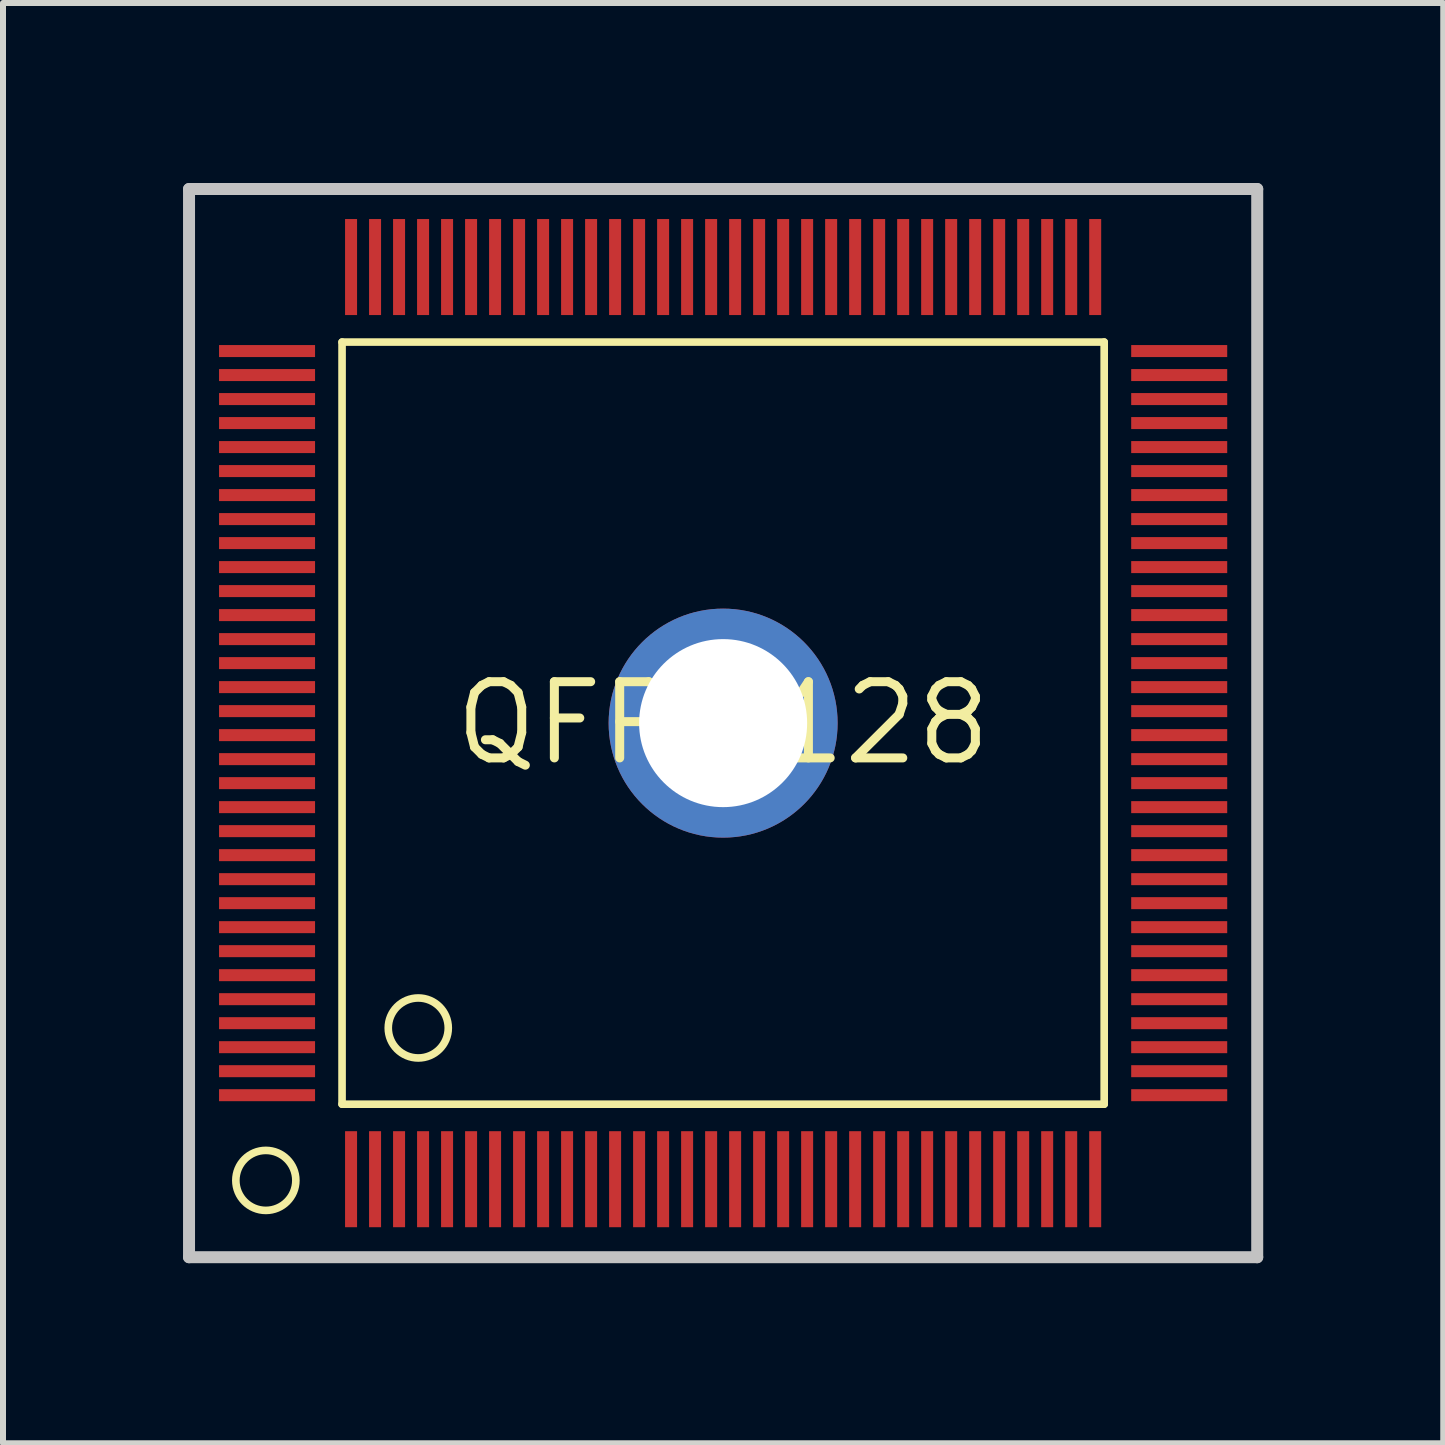
<source format=kicad_pcb>
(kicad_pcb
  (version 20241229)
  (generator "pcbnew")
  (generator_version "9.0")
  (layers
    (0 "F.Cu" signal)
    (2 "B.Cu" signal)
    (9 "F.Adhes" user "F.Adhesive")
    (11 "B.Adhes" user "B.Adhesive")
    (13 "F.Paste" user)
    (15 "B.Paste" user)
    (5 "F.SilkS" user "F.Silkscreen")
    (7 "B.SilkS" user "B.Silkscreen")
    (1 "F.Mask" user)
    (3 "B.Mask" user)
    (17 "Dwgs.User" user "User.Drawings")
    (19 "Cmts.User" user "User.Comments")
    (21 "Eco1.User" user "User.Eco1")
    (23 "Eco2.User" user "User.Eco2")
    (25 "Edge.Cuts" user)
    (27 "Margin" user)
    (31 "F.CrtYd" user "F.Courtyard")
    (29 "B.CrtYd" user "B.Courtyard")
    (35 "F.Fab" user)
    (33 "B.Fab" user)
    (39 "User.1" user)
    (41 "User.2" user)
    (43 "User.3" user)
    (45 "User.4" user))
  (footprint "QFP-128"
    (layer "F.Cu")
    (at 9 9)
    (property "Reference" "QFP-128" (at 0 0 0) (layer "F.SilkS") (effects (font (size 1.27 1.27) (thickness 0.15))))
    (attr through_hole)
    (fp_line (start -6.35 -6.35) (end -6.35 6.35) (stroke (width 0.127) (type solid)) (layer "F.SilkS"))
    (fp_line (start -6.35 6.35) (end 6.35 6.35) (stroke (width 0.127) (type solid)) (layer "F.SilkS"))
    (fp_line (start 6.35 -6.35) (end -6.35 -6.35) (stroke (width 0.127) (type solid)) (layer "F.SilkS"))
    (fp_line (start 6.35 6.35) (end 6.35 -6.35) (stroke (width 0.127) (type solid)) (layer "F.SilkS"))
    (fp_circle (center -7.62 7.62) (end -7.12 7.62) (stroke (width 0.127) (type solid)) (fill no) (layer "F.SilkS"))
    (fp_circle (center -5.08 5.08) (end -4.58 5.08) (stroke (width 0.127) (type solid)) (fill no) (layer "F.SilkS"))
    (fp_line (start -8.9 -8.9) (end 8.9 -8.9) (stroke (width 0.2) (type solid)) (layer "Dwgs.User"))
    (fp_line (start -8.9 8.9) (end -8.9 -8.9) (stroke (width 0.2) (type solid)) (layer "Dwgs.User"))
    (fp_line (start 8.9 -8.9) (end 8.9 8.9) (stroke (width 0.2) (type solid)) (layer "Dwgs.User"))
    (fp_line (start 8.9 8.9) (end -8.9 8.9) (stroke (width 0.2) (type solid)) (layer "Dwgs.User"))
    (pad "1" smd rect (at -6.2 7.6) (size 0.2 1.6) (layers "F.Cu" "F.Mask" "F.Paste"))
    (pad "2" smd rect (at -5.8 7.6) (size 0.2 1.6) (layers "F.Cu" "F.Mask" "F.Paste"))
    (pad "3" smd rect (at -5.4 7.6) (size 0.2 1.6) (layers "F.Cu" "F.Mask" "F.Paste"))
    (pad "4" smd rect (at -5 7.6) (size 0.2 1.6) (layers "F.Cu" "F.Mask" "F.Paste"))
    (pad "5" smd rect (at -4.6 7.6) (size 0.2 1.6) (layers "F.Cu" "F.Mask" "F.Paste"))
    (pad "6" smd rect (at -4.2 7.6) (size 0.2 1.6) (layers "F.Cu" "F.Mask" "F.Paste"))
    (pad "7" smd rect (at -3.8 7.6) (size 0.2 1.6) (layers "F.Cu" "F.Mask" "F.Paste"))
    (pad "8" smd rect (at -3.4 7.6) (size 0.2 1.6) (layers "F.Cu" "F.Mask" "F.Paste"))
    (pad "9" smd rect (at -3 7.6) (size 0.2 1.6) (layers "F.Cu" "F.Mask" "F.Paste"))
    (pad "10" smd rect (at -2.6 7.6) (size 0.2 1.6) (layers "F.Cu" "F.Mask" "F.Paste"))
    (pad "11" smd rect (at -2.2 7.6) (size 0.2 1.6) (layers "F.Cu" "F.Mask" "F.Paste"))
    (pad "12" smd rect (at -1.8 7.6) (size 0.2 1.6) (layers "F.Cu" "F.Mask" "F.Paste"))
    (pad "13" smd rect (at -1.4 7.6) (size 0.2 1.6) (layers "F.Cu" "F.Mask" "F.Paste"))
    (pad "14" smd rect (at -1 7.6) (size 0.2 1.6) (layers "F.Cu" "F.Mask" "F.Paste"))
    (pad "15" smd rect (at -0.6 7.6) (size 0.2 1.6) (layers "F.Cu" "F.Mask" "F.Paste"))
    (pad "16" smd rect (at -0.2 7.6) (size 0.2 1.6) (layers "F.Cu" "F.Mask" "F.Paste"))
    (pad "17" smd rect (at 0.2 7.6) (size 0.2 1.6) (layers "F.Cu" "F.Mask" "F.Paste"))
    (pad "18" smd rect (at 0.6 7.6) (size 0.2 1.6) (layers "F.Cu" "F.Mask" "F.Paste"))
    (pad "19" smd rect (at 1 7.6) (size 0.2 1.6) (layers "F.Cu" "F.Mask" "F.Paste"))
    (pad "20" smd rect (at 1.4 7.6) (size 0.2 1.6) (layers "F.Cu" "F.Mask" "F.Paste"))
    (pad "21" smd rect (at 1.8 7.6) (size 0.2 1.6) (layers "F.Cu" "F.Mask" "F.Paste"))
    (pad "22" smd rect (at 2.2 7.6) (size 0.2 1.6) (layers "F.Cu" "F.Mask" "F.Paste"))
    (pad "23" smd rect (at 2.6 7.6) (size 0.2 1.6) (layers "F.Cu" "F.Mask" "F.Paste"))
    (pad "24" smd rect (at 3 7.6) (size 0.2 1.6) (layers "F.Cu" "F.Mask" "F.Paste"))
    (pad "25" smd rect (at 3.4 7.6) (size 0.2 1.6) (layers "F.Cu" "F.Mask" "F.Paste"))
    (pad "26" smd rect (at 3.8 7.6) (size 0.2 1.6) (layers "F.Cu" "F.Mask" "F.Paste"))
    (pad "27" smd rect (at 4.2 7.6) (size 0.2 1.6) (layers "F.Cu" "F.Mask" "F.Paste"))
    (pad "28" smd rect (at 4.6 7.6) (size 0.2 1.6) (layers "F.Cu" "F.Mask" "F.Paste"))
    (pad "29" smd rect (at 5 7.6) (size 0.2 1.6) (layers "F.Cu" "F.Mask" "F.Paste"))
    (pad "30" smd rect (at 5.4 7.6) (size 0.2 1.6) (layers "F.Cu" "F.Mask" "F.Paste"))
    (pad "31" smd rect (at 5.8 7.6) (size 0.2 1.6) (layers "F.Cu" "F.Mask" "F.Paste"))
    (pad "32" smd rect (at 6.2 7.6) (size 0.2 1.6) (layers "F.Cu" "F.Mask" "F.Paste"))
    (pad "33" smd rect (at 7.6 6.2) (size 1.6 0.2) (layers "F.Cu" "F.Mask" "F.Paste"))
    (pad "34" smd rect (at 7.6 5.8) (size 1.6 0.2) (layers "F.Cu" "F.Mask" "F.Paste"))
    (pad "35" smd rect (at 7.6 5.4) (size 1.6 0.2) (layers "F.Cu" "F.Mask" "F.Paste"))
    (pad "36" smd rect (at 7.6 5) (size 1.6 0.2) (layers "F.Cu" "F.Mask" "F.Paste"))
    (pad "37" smd rect (at 7.6 4.6) (size 1.6 0.2) (layers "F.Cu" "F.Mask" "F.Paste"))
    (pad "38" smd rect (at 7.6 4.2) (size 1.6 0.2) (layers "F.Cu" "F.Mask" "F.Paste"))
    (pad "39" smd rect (at 7.6 3.8) (size 1.6 0.2) (layers "F.Cu" "F.Mask" "F.Paste"))
    (pad "40" smd rect (at 7.6 3.4) (size 1.6 0.2) (layers "F.Cu" "F.Mask" "F.Paste"))
    (pad "41" smd rect (at 7.6 3) (size 1.6 0.2) (layers "F.Cu" "F.Mask" "F.Paste"))
    (pad "42" smd rect (at 7.6 2.6) (size 1.6 0.2) (layers "F.Cu" "F.Mask" "F.Paste"))
    (pad "43" smd rect (at 7.6 2.2) (size 1.6 0.2) (layers "F.Cu" "F.Mask" "F.Paste"))
    (pad "44" smd rect (at 7.6 1.8) (size 1.6 0.2) (layers "F.Cu" "F.Mask" "F.Paste"))
    (pad "45" smd rect (at 7.6 1.4) (size 1.6 0.2) (layers "F.Cu" "F.Mask" "F.Paste"))
    (pad "46" smd rect (at 7.6 1) (size 1.6 0.2) (layers "F.Cu" "F.Mask" "F.Paste"))
    (pad "47" smd rect (at 7.6 0.6) (size 1.6 0.2) (layers "F.Cu" "F.Mask" "F.Paste"))
    (pad "48" smd rect (at 7.6 0.2) (size 1.6 0.2) (layers "F.Cu" "F.Mask" "F.Paste"))
    (pad "49" smd rect (at 7.6 -0.2) (size 1.6 0.2) (layers "F.Cu" "F.Mask" "F.Paste"))
    (pad "50" smd rect (at 7.6 -0.6) (size 1.6 0.2) (layers "F.Cu" "F.Mask" "F.Paste"))
    (pad "51" smd rect (at 7.6 -1) (size 1.6 0.2) (layers "F.Cu" "F.Mask" "F.Paste"))
    (pad "52" smd rect (at 7.6 -1.4) (size 1.6 0.2) (layers "F.Cu" "F.Mask" "F.Paste"))
    (pad "53" smd rect (at 7.6 -1.8) (size 1.6 0.2) (layers "F.Cu" "F.Mask" "F.Paste"))
    (pad "54" smd rect (at 7.6 -2.2) (size 1.6 0.2) (layers "F.Cu" "F.Mask" "F.Paste"))
    (pad "55" smd rect (at 7.6 -2.6) (size 1.6 0.2) (layers "F.Cu" "F.Mask" "F.Paste"))
    (pad "56" smd rect (at 7.6 -3) (size 1.6 0.2) (layers "F.Cu" "F.Mask" "F.Paste"))
    (pad "57" smd rect (at 7.6 -3.4) (size 1.6 0.2) (layers "F.Cu" "F.Mask" "F.Paste"))
    (pad "58" smd rect (at 7.6 -3.8) (size 1.6 0.2) (layers "F.Cu" "F.Mask" "F.Paste"))
    (pad "59" smd rect (at 7.6 -4.2) (size 1.6 0.2) (layers "F.Cu" "F.Mask" "F.Paste"))
    (pad "60" smd rect (at 7.6 -4.6) (size 1.6 0.2) (layers "F.Cu" "F.Mask" "F.Paste"))
    (pad "61" smd rect (at 7.6 -5) (size 1.6 0.2) (layers "F.Cu" "F.Mask" "F.Paste"))
    (pad "62" smd rect (at 7.6 -5.4) (size 1.6 0.2) (layers "F.Cu" "F.Mask" "F.Paste"))
    (pad "63" smd rect (at 7.6 -5.8) (size 1.6 0.2) (layers "F.Cu" "F.Mask" "F.Paste"))
    (pad "64" smd rect (at 7.6 -6.2) (size 1.6 0.2) (layers "F.Cu" "F.Mask" "F.Paste"))
    (pad "65" smd rect (at 6.2 -7.6) (size 0.2 1.6) (layers "F.Cu" "F.Mask" "F.Paste"))
    (pad "66" smd rect (at 5.8 -7.6) (size 0.2 1.6) (layers "F.Cu" "F.Mask" "F.Paste"))
    (pad "67" smd rect (at 5.4 -7.6) (size 0.2 1.6) (layers "F.Cu" "F.Mask" "F.Paste"))
    (pad "68" smd rect (at 5 -7.6) (size 0.2 1.6) (layers "F.Cu" "F.Mask" "F.Paste"))
    (pad "69" smd rect (at 4.6 -7.6) (size 0.2 1.6) (layers "F.Cu" "F.Mask" "F.Paste"))
    (pad "70" smd rect (at 4.2 -7.6) (size 0.2 1.6) (layers "F.Cu" "F.Mask" "F.Paste"))
    (pad "71" smd rect (at 3.8 -7.6) (size 0.2 1.6) (layers "F.Cu" "F.Mask" "F.Paste"))
    (pad "72" smd rect (at 3.4 -7.6) (size 0.2 1.6) (layers "F.Cu" "F.Mask" "F.Paste"))
    (pad "73" smd rect (at 3 -7.6) (size 0.2 1.6) (layers "F.Cu" "F.Mask" "F.Paste"))
    (pad "74" smd rect (at 2.6 -7.6) (size 0.2 1.6) (layers "F.Cu" "F.Mask" "F.Paste"))
    (pad "75" smd rect (at 2.2 -7.6) (size 0.2 1.6) (layers "F.Cu" "F.Mask" "F.Paste"))
    (pad "76" smd rect (at 1.8 -7.6) (size 0.2 1.6) (layers "F.Cu" "F.Mask" "F.Paste"))
    (pad "77" smd rect (at 1.4 -7.6) (size 0.2 1.6) (layers "F.Cu" "F.Mask" "F.Paste"))
    (pad "78" smd rect (at 1 -7.6) (size 0.2 1.6) (layers "F.Cu" "F.Mask" "F.Paste"))
    (pad "79" smd rect (at 0.6 -7.6) (size 0.2 1.6) (layers "F.Cu" "F.Mask" "F.Paste"))
    (pad "80" smd rect (at 0.2 -7.6) (size 0.2 1.6) (layers "F.Cu" "F.Mask" "F.Paste"))
    (pad "81" smd rect (at -0.2 -7.6) (size 0.2 1.6) (layers "F.Cu" "F.Mask" "F.Paste"))
    (pad "82" smd rect (at -0.6 -7.6) (size 0.2 1.6) (layers "F.Cu" "F.Mask" "F.Paste"))
    (pad "83" smd rect (at -1 -7.6) (size 0.2 1.6) (layers "F.Cu" "F.Mask" "F.Paste"))
    (pad "84" smd rect (at -1.4 -7.6) (size 0.2 1.6) (layers "F.Cu" "F.Mask" "F.Paste"))
    (pad "85" smd rect (at -1.8 -7.6) (size 0.2 1.6) (layers "F.Cu" "F.Mask" "F.Paste"))
    (pad "86" smd rect (at -2.2 -7.6) (size 0.2 1.6) (layers "F.Cu" "F.Mask" "F.Paste"))
    (pad "87" smd rect (at -2.6 -7.6) (size 0.2 1.6) (layers "F.Cu" "F.Mask" "F.Paste"))
    (pad "88" smd rect (at -3 -7.6) (size 0.2 1.6) (layers "F.Cu" "F.Mask" "F.Paste"))
    (pad "89" smd rect (at -3.4 -7.6) (size 0.2 1.6) (layers "F.Cu" "F.Mask" "F.Paste"))
    (pad "90" smd rect (at -3.8 -7.6) (size 0.2 1.6) (layers "F.Cu" "F.Mask" "F.Paste"))
    (pad "91" smd rect (at -4.2 -7.6) (size 0.2 1.6) (layers "F.Cu" "F.Mask" "F.Paste"))
    (pad "92" smd rect (at -4.6 -7.6) (size 0.2 1.6) (layers "F.Cu" "F.Mask" "F.Paste"))
    (pad "93" smd rect (at -5 -7.6) (size 0.2 1.6) (layers "F.Cu" "F.Mask" "F.Paste"))
    (pad "94" smd rect (at -5.4 -7.6) (size 0.2 1.6) (layers "F.Cu" "F.Mask" "F.Paste"))
    (pad "95" smd rect (at -5.8 -7.6) (size 0.2 1.6) (layers "F.Cu" "F.Mask" "F.Paste"))
    (pad "96" smd rect (at -6.2 -7.6) (size 0.2 1.6) (layers "F.Cu" "F.Mask" "F.Paste"))
    (pad "97" smd rect (at -7.6 -6.2) (size 1.6 0.2) (layers "F.Cu" "F.Mask" "F.Paste"))
    (pad "98" smd rect (at -7.6 -5.8) (size 1.6 0.2) (layers "F.Cu" "F.Mask" "F.Paste"))
    (pad "99" smd rect (at -7.6 -5.4) (size 1.6 0.2) (layers "F.Cu" "F.Mask" "F.Paste"))
    (pad "100" smd rect (at -7.6 -5) (size 1.6 0.2) (layers "F.Cu" "F.Mask" "F.Paste"))
    (pad "101" smd rect (at -7.6 -4.6) (size 1.6 0.2) (layers "F.Cu" "F.Mask" "F.Paste"))
    (pad "102" smd rect (at -7.6 -4.2) (size 1.6 0.2) (layers "F.Cu" "F.Mask" "F.Paste"))
    (pad "103" smd rect (at -7.6 -3.8) (size 1.6 0.2) (layers "F.Cu" "F.Mask" "F.Paste"))
    (pad "104" smd rect (at -7.6 -3.4) (size 1.6 0.2) (layers "F.Cu" "F.Mask" "F.Paste"))
    (pad "105" smd rect (at -7.6 -3) (size 1.6 0.2) (layers "F.Cu" "F.Mask" "F.Paste"))
    (pad "106" smd rect (at -7.6 -2.6) (size 1.6 0.2) (layers "F.Cu" "F.Mask" "F.Paste"))
    (pad "107" smd rect (at -7.6 -2.2) (size 1.6 0.2) (layers "F.Cu" "F.Mask" "F.Paste"))
    (pad "108" smd rect (at -7.6 -1.8) (size 1.6 0.2) (layers "F.Cu" "F.Mask" "F.Paste"))
    (pad "109" smd rect (at -7.6 -1.4) (size 1.6 0.2) (layers "F.Cu" "F.Mask" "F.Paste"))
    (pad "110" smd rect (at -7.6 -1) (size 1.6 0.2) (layers "F.Cu" "F.Mask" "F.Paste"))
    (pad "111" smd rect (at -7.6 -0.6) (size 1.6 0.2) (layers "F.Cu" "F.Mask" "F.Paste"))
    (pad "112" smd rect (at -7.6 -0.2) (size 1.6 0.2) (layers "F.Cu" "F.Mask" "F.Paste"))
    (pad "113" smd rect (at -7.6 0.2) (size 1.6 0.2) (layers "F.Cu" "F.Mask" "F.Paste"))
    (pad "114" smd rect (at -7.6 0.6) (size 1.6 0.2) (layers "F.Cu" "F.Mask" "F.Paste"))
    (pad "115" smd rect (at -7.6 1) (size 1.6 0.2) (layers "F.Cu" "F.Mask" "F.Paste"))
    (pad "116" smd rect (at -7.6 1.4) (size 1.6 0.2) (layers "F.Cu" "F.Mask" "F.Paste"))
    (pad "117" smd rect (at -7.6 1.8) (size 1.6 0.2) (layers "F.Cu" "F.Mask" "F.Paste"))
    (pad "118" smd rect (at -7.6 2.2) (size 1.6 0.2) (layers "F.Cu" "F.Mask" "F.Paste"))
    (pad "119" smd rect (at -7.6 2.6) (size 1.6 0.2) (layers "F.Cu" "F.Mask" "F.Paste"))
    (pad "120" smd rect (at -7.6 3) (size 1.6 0.2) (layers "F.Cu" "F.Mask" "F.Paste"))
    (pad "121" smd rect (at -7.6 3.4) (size 1.6 0.2) (layers "F.Cu" "F.Mask" "F.Paste"))
    (pad "122" smd rect (at -7.6 3.8) (size 1.6 0.2) (layers "F.Cu" "F.Mask" "F.Paste"))
    (pad "123" smd rect (at -7.6 4.2) (size 1.6 0.2) (layers "F.Cu" "F.Mask" "F.Paste"))
    (pad "124" smd rect (at -7.6 4.6) (size 1.6 0.2) (layers "F.Cu" "F.Mask" "F.Paste"))
    (pad "125" smd rect (at -7.6 5) (size 1.6 0.2) (layers "F.Cu" "F.Mask" "F.Paste"))
    (pad "126" smd rect (at -7.6 5.4) (size 1.6 0.2) (layers "F.Cu" "F.Mask" "F.Paste"))
    (pad "127" smd rect (at -7.6 5.8) (size 1.6 0.2) (layers "F.Cu" "F.Mask" "F.Paste"))
    (pad "128" smd rect (at -7.6 6.2) (size 1.6 0.2) (layers "F.Cu" "F.Mask" "F.Paste"))
    (pad "P$1" thru_hole circle (at 0 0) (size 3.816 3.816) (drill 2.8) (layers "*.Cu" "*.Mask")))
  (gr_rect
    (start -3 -3)
    (end 21 21)
    (stroke (width 0.1) (type default))
    (fill no)
    (layer "Edge.Cuts")))
</source>
